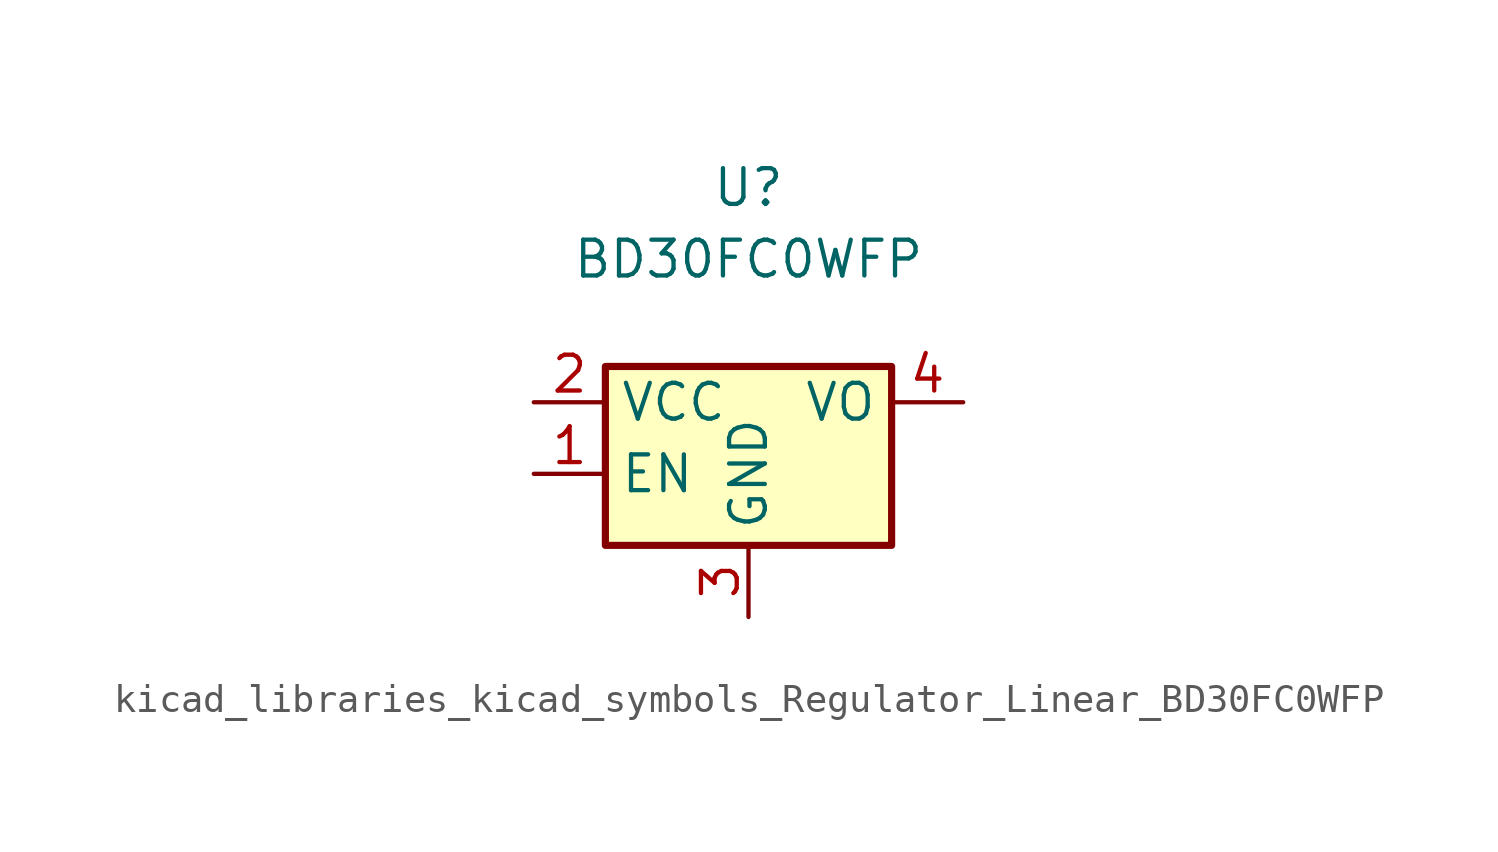
<source format=kicad_sym>
(kicad_symbol_lib
  (version 20220914)
  (generator kicad_symbol_editor)
  (symbol "kicad_libraries_kicad_symbols_Regulator_Linear_BD30FC0WFP"
    (property "Reference" "U"
      (at 0 7.62 0)
      (effects (font (size 1.27 1.27))))
    (property "Value" "BD30FC0WFP"
      (at 0 5.08 0)
      (effects (font (size 1.27 1.27))))
    (symbol "kicad_libraries_kicad_symbols_Regulator_Linear_BD30FC0WFP_1_1"
      (rectangle (start -5.08 -5.08) (end 5.08 1.27) (stroke (width 0.254) (type default)) (fill (type background)))
      (pin input line (at -7.62 -2.54 0) (length 2.54) (name "EN" (effects (font (size 1.27 1.27)))) (number "1" (effects (font (size 1.27 1.27)))))
      (pin power_in line (at -7.62 0 0) (length 2.54) (name "VCC" (effects (font (size 1.27 1.27)))) (number "2" (effects (font (size 1.27 1.27)))))
      (pin power_in line (at 0 -7.62 90) (length 2.54) (name "GND" (effects (font (size 1.27 1.27)))) (number "3" (effects (font (size 1.27 1.27)))))
      (pin power_out line (at 7.62 0 180) (length 2.54) (name "VO" (effects (font (size 1.27 1.27)))) (number "4" (effects (font (size 1.27 1.27)))))
      (pin no_connect line (at 5.08 -2.54 180) (length 2.54) hide (name "NC" (effects (font (size 1.27 1.27)))) (number "5" (effects (font (size 1.27 1.27))))))))
</source>
